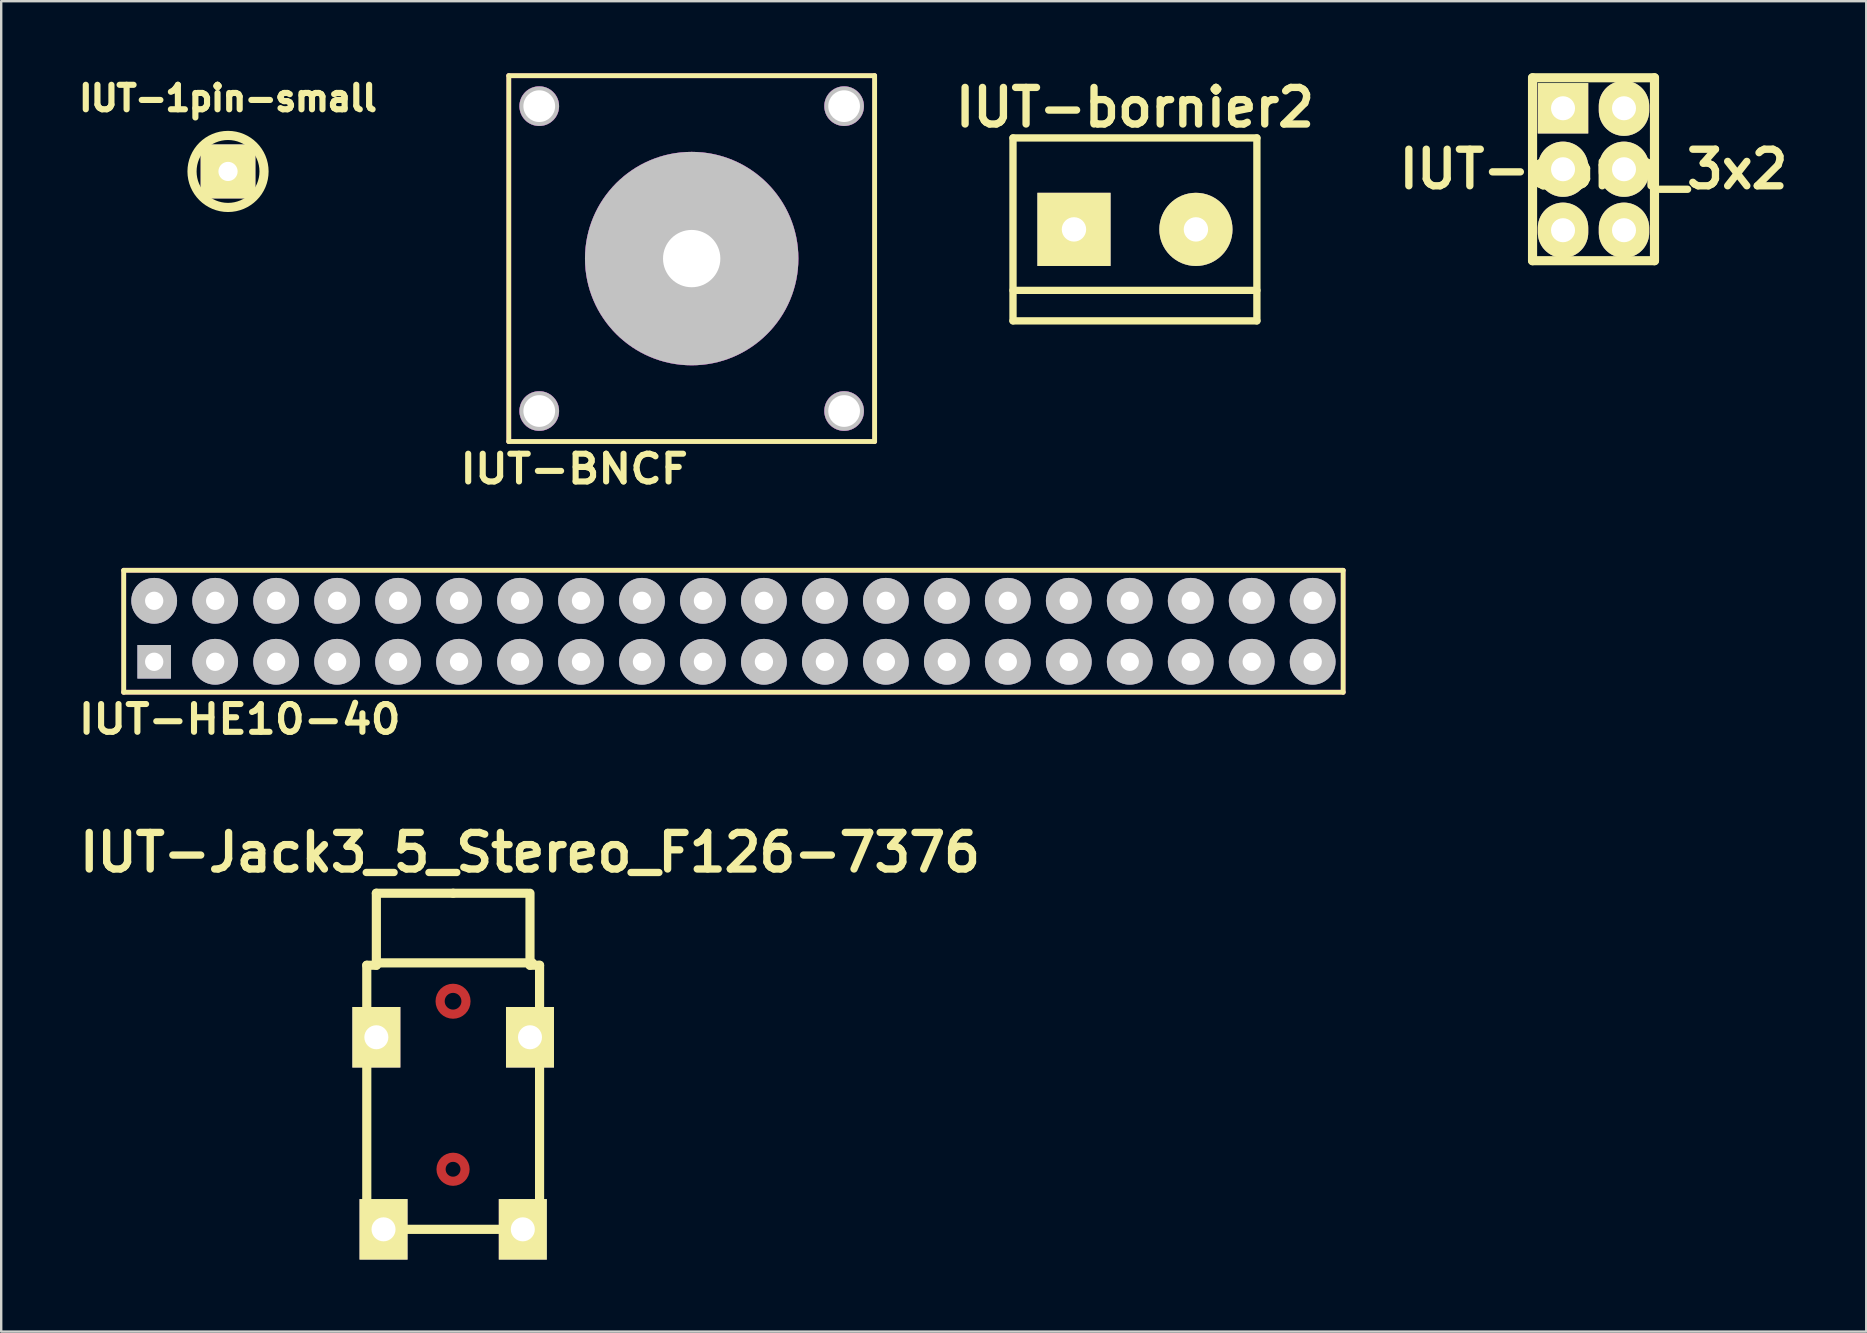
<source format=kicad_pcb>
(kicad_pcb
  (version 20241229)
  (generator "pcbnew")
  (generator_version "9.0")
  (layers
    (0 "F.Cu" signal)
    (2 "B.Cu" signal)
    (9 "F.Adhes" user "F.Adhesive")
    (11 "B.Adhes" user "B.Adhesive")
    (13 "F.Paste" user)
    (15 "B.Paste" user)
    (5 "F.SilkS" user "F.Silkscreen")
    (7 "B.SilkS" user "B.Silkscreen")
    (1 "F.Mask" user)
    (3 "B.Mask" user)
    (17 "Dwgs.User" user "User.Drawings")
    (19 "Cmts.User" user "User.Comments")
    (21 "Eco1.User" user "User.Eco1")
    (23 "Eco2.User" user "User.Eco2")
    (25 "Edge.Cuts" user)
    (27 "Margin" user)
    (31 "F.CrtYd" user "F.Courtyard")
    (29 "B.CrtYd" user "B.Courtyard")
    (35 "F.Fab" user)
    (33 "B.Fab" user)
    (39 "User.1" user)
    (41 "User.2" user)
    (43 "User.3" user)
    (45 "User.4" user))
  (footprint "IUT-BNCF"
    (layer "F.Cu")
    (at 19.414 1.372)
    (property "Reference" "IUT-BNCF" (at 1.455 15.113 0) (layer "F.SilkS") (effects (font (size 1.156 1.27) (thickness 0.254))))
    (attr through_hole)
    (fp_line (start -1.27 -1.27) (end 13.97 -1.27) (stroke (width 0.203) (type solid)) (layer "F.SilkS"))
    (fp_line (start -1.27 13.97) (end -1.27 -1.27) (stroke (width 0.203) (type solid)) (layer "F.SilkS"))
    (fp_line (start 13.97 -1.27) (end 13.97 13.97) (stroke (width 0.203) (type solid)) (layer "F.SilkS"))
    (fp_line (start 13.97 13.97) (end -1.27 13.97) (stroke (width 0.203) (type solid)) (layer "F.SilkS"))
    (fp_line (start -1.27 -1.27) (end 13.97 -1.27) (stroke (width 0.203) (type solid)) (layer "F.Adhes"))
    (fp_line (start -1.27 13.97) (end -1.27 -1.27) (stroke (width 0.203) (type solid)) (layer "F.Adhes"))
    (fp_line (start 13.97 -1.27) (end 13.97 13.97) (stroke (width 0.203) (type solid)) (layer "F.Adhes"))
    (fp_line (start 13.97 13.97) (end -1.27 13.97) (stroke (width 0.203) (type solid)) (layer "F.Adhes"))
    (pad "1" thru_hole circle (at 6.35 6.35) (size 8.89 8.89) (drill 2.388) (layers "*.Cu" "*.Adhes" "*.Mask" "Dwgs.User" "Eco1.User" "Eco2.User"))
    (pad "2" thru_hole circle (at 0 0) (size 1.651 1.651) (drill 1.321) (layers "*.Cu" "*.Adhes" "*.Mask" "Dwgs.User" "Eco1.User" "Eco2.User"))
    (pad "4" thru_hole circle (at 12.7 0) (size 1.651 1.651) (drill 1.321) (layers "*.Cu" "*.Adhes" "*.Mask" "Dwgs.User" "Eco1.User" "Eco2.User"))
    (pad "5" thru_hole circle (at 0 12.7) (size 1.651 1.651) (drill 1.321) (layers "*.Cu" "*.Adhes" "*.Mask" "Dwgs.User" "Eco1.User" "Eco2.User"))
    (pad "6" thru_hole circle (at 12.7 12.7) (size 1.651 1.651) (drill 1.321) (layers "*.Cu" "*.Adhes" "*.Mask" "Dwgs.User" "Eco1.User" "Eco2.User")))
  (footprint "IUT-HE10-40"
    (layer "F.Cu")
    (at 8.453 24.518)
    (property "Reference" "IUT-HE10-40" (at -1.516 2.395 0) (layer "F.SilkS") (effects (font (size 1.156 1.27) (thickness 0.254))))
    (attr through_hole)
    (fp_line (start -6.35 -3.81) (end 44.45 -3.81) (stroke (width 0.203) (type solid)) (layer "F.SilkS"))
    (fp_line (start -6.35 1.27) (end -6.35 -3.81) (stroke (width 0.203) (type solid)) (layer "F.SilkS"))
    (fp_line (start 44.45 -3.81) (end 44.45 1.27) (stroke (width 0.203) (type solid)) (layer "F.SilkS"))
    (fp_line (start 44.45 1.27) (end -6.35 1.27) (stroke (width 0.203) (type solid)) (layer "F.SilkS"))
    (fp_line (start -6.35 -3.81) (end 44.45 -3.81) (stroke (width 0.203) (type solid)) (layer "F.Adhes"))
    (fp_line (start -6.35 1.27) (end -6.35 -3.81) (stroke (width 0.203) (type solid)) (layer "F.Adhes"))
    (fp_line (start 44.45 -3.81) (end 44.45 1.27) (stroke (width 0.203) (type solid)) (layer "F.Adhes"))
    (fp_line (start 44.45 1.27) (end -6.35 1.27) (stroke (width 0.203) (type solid)) (layer "F.Adhes"))
    (pad "1" thru_hole rect (at -5.08 0) (size 1.397 1.397) (drill 0.762) (layers "B.Cu" "B.Mask" "B.Adhes" "Dwgs.User" "Eco1.User" "Eco2.User"))
    (pad "2" thru_hole circle (at -2.54 0) (size 1.905 1.905) (drill 0.762) (layers "B.Cu" "B.Mask" "B.Adhes" "Dwgs.User" "Eco1.User" "Eco2.User"))
    (pad "3" thru_hole circle (at 0 0) (size 1.905 1.905) (drill 0.762) (layers "B.Cu" "B.Mask" "B.Adhes" "Dwgs.User" "Eco1.User" "Eco2.User"))
    (pad "4" thru_hole circle (at 2.54 0) (size 1.905 1.905) (drill 0.762) (layers "B.Cu" "B.Mask" "B.Adhes" "Dwgs.User" "Eco1.User" "Eco2.User"))
    (pad "5" thru_hole circle (at 5.08 0) (size 1.905 1.905) (drill 0.762) (layers "B.Cu" "B.Mask" "B.Adhes" "Dwgs.User" "Eco1.User" "Eco2.User"))
    (pad "6" thru_hole circle (at 7.62 0) (size 1.905 1.905) (drill 0.762) (layers "B.Cu" "B.Mask" "B.Adhes" "Dwgs.User" "Eco1.User" "Eco2.User"))
    (pad "7" thru_hole circle (at 10.16 0) (size 1.905 1.905) (drill 0.762) (layers "B.Cu" "B.Mask" "B.Adhes" "Dwgs.User" "Eco1.User" "Eco2.User"))
    (pad "8" thru_hole circle (at 12.7 0) (size 1.905 1.905) (drill 0.762) (layers "B.Cu" "B.Mask" "B.Adhes" "Dwgs.User" "Eco1.User" "Eco2.User"))
    (pad "9" thru_hole circle (at 15.24 0) (size 1.905 1.905) (drill 0.762) (layers "B.Cu" "B.Mask" "B.Adhes" "Dwgs.User" "Eco1.User" "Eco2.User"))
    (pad "10" thru_hole circle (at 17.78 0) (size 1.905 1.905) (drill 0.762) (layers "B.Cu" "B.Mask" "B.Adhes" "Dwgs.User" "Eco1.User" "Eco2.User"))
    (pad "11" thru_hole circle (at 20.32 0) (size 1.905 1.905) (drill 0.762) (layers "B.Cu" "B.Mask" "B.Adhes" "Dwgs.User" "Eco1.User" "Eco2.User"))
    (pad "12" thru_hole circle (at 22.86 0) (size 1.905 1.905) (drill 0.762) (layers "B.Cu" "B.Mask" "B.Adhes" "Dwgs.User" "Eco1.User" "Eco2.User"))
    (pad "13" thru_hole circle (at 25.4 0) (size 1.905 1.905) (drill 0.762) (layers "B.Cu" "B.Mask" "B.Adhes" "Dwgs.User" "Eco1.User" "Eco2.User"))
    (pad "14" thru_hole circle (at 27.94 0) (size 1.905 1.905) (drill 0.762) (layers "B.Cu" "B.Mask" "B.Adhes" "Dwgs.User" "Eco1.User" "Eco2.User"))
    (pad "15" thru_hole circle (at 30.48 0) (size 1.905 1.905) (drill 0.762) (layers "B.Cu" "B.Mask" "B.Adhes" "Dwgs.User" "Eco1.User" "Eco2.User"))
    (pad "16" thru_hole circle (at 33.02 0) (size 1.905 1.905) (drill 0.762) (layers "B.Cu" "B.Mask" "B.Adhes" "Dwgs.User" "Eco1.User" "Eco2.User"))
    (pad "17" thru_hole circle (at 35.56 0) (size 1.905 1.905) (drill 0.762) (layers "B.Cu" "B.Mask" "B.Adhes" "Dwgs.User" "Eco1.User" "Eco2.User"))
    (pad "18" thru_hole circle (at 38.1 0) (size 1.905 1.905) (drill 0.762) (layers "B.Cu" "B.Mask" "B.Adhes" "Dwgs.User" "Eco1.User" "Eco2.User"))
    (pad "19" thru_hole circle (at 40.64 0) (size 1.905 1.905) (drill 0.762) (layers "B.Cu" "B.Mask" "B.Adhes" "Dwgs.User" "Eco1.User" "Eco2.User"))
    (pad "20" thru_hole circle (at 43.18 0) (size 1.905 1.905) (drill 0.762) (layers "B.Cu" "B.Mask" "B.Adhes" "Dwgs.User" "Eco1.User" "Eco2.User"))
    (pad "21" thru_hole circle (at 43.18 -2.54) (size 1.905 1.905) (drill 0.762) (layers "B.Cu" "B.Mask" "B.Adhes" "Dwgs.User" "Eco1.User" "Eco2.User"))
    (pad "22" thru_hole circle (at 40.64 -2.54) (size 1.905 1.905) (drill 0.762) (layers "B.Cu" "B.Mask" "B.Adhes" "Dwgs.User" "Eco1.User" "Eco2.User"))
    (pad "23" thru_hole circle (at 38.1 -2.54) (size 1.905 1.905) (drill 0.762) (layers "B.Cu" "B.Mask" "B.Adhes" "Dwgs.User" "Eco1.User" "Eco2.User"))
    (pad "24" thru_hole circle (at 35.56 -2.54) (size 1.905 1.905) (drill 0.762) (layers "B.Cu" "B.Mask" "B.Adhes" "Dwgs.User" "Eco1.User" "Eco2.User"))
    (pad "25" thru_hole circle (at 33.02 -2.54) (size 1.905 1.905) (drill 0.762) (layers "B.Cu" "B.Mask" "B.Adhes" "Dwgs.User" "Eco1.User" "Eco2.User"))
    (pad "26" thru_hole circle (at 30.48 -2.54) (size 1.905 1.905) (drill 0.762) (layers "B.Cu" "B.Mask" "B.Adhes" "Dwgs.User" "Eco1.User" "Eco2.User"))
    (pad "27" thru_hole circle (at 27.94 -2.54) (size 1.905 1.905) (drill 0.762) (layers "B.Cu" "B.Mask" "B.Adhes" "Dwgs.User" "Eco1.User" "Eco2.User"))
    (pad "28" thru_hole circle (at 25.4 -2.54) (size 1.905 1.905) (drill 0.762) (layers "B.Cu" "B.Mask" "B.Adhes" "Dwgs.User" "Eco1.User" "Eco2.User"))
    (pad "29" thru_hole circle (at 22.86 -2.54) (size 1.905 1.905) (drill 0.762) (layers "B.Cu" "B.Mask" "B.Adhes" "Dwgs.User" "Eco1.User" "Eco2.User"))
    (pad "30" thru_hole circle (at 20.32 -2.54) (size 1.905 1.905) (drill 0.762) (layers "B.Cu" "B.Mask" "B.Adhes" "Dwgs.User" "Eco1.User" "Eco2.User"))
    (pad "31" thru_hole circle (at 17.78 -2.54) (size 1.905 1.905) (drill 0.762) (layers "B.Cu" "B.Mask" "B.Adhes" "Dwgs.User" "Eco1.User" "Eco2.User"))
    (pad "32" thru_hole circle (at 15.24 -2.54) (size 1.905 1.905) (drill 0.762) (layers "B.Cu" "B.Mask" "B.Adhes" "Dwgs.User" "Eco1.User" "Eco2.User"))
    (pad "33" thru_hole circle (at 12.7 -2.54) (size 1.905 1.905) (drill 0.762) (layers "B.Cu" "B.Mask" "B.Adhes" "Dwgs.User" "Eco1.User" "Eco2.User"))
    (pad "34" thru_hole circle (at 10.16 -2.54) (size 1.905 1.905) (drill 0.762) (layers "B.Cu" "B.Mask" "B.Adhes" "Dwgs.User" "Eco1.User" "Eco2.User"))
    (pad "35" thru_hole circle (at 7.62 -2.54) (size 1.905 1.905) (drill 0.762) (layers "B.Cu" "B.Mask" "B.Adhes" "Dwgs.User" "Eco1.User" "Eco2.User"))
    (pad "36" thru_hole circle (at 5.08 -2.54) (size 1.905 1.905) (drill 0.762) (layers "B.Cu" "B.Mask" "B.Adhes" "Dwgs.User" "Eco1.User" "Eco2.User"))
    (pad "37" thru_hole circle (at 2.54 -2.54) (size 1.905 1.905) (drill 0.762) (layers "B.Cu" "B.Mask" "B.Adhes" "Dwgs.User" "Eco1.User" "Eco2.User"))
    (pad "38" thru_hole circle (at 0 -2.54) (size 1.905 1.905) (drill 0.762) (layers "B.Cu" "B.Mask" "B.Adhes" "Dwgs.User" "Eco1.User" "Eco2.User"))
    (pad "39" thru_hole circle (at -2.54 -2.54) (size 1.905 1.905) (drill 0.762) (layers "B.Cu" "B.Mask" "B.Adhes" "Dwgs.User" "Eco1.User" "Eco2.User"))
    (pad "40" thru_hole circle (at -5.08 -2.54) (size 1.905 1.905) (drill 0.762) (layers "B.Cu" "B.Mask" "B.Adhes" "Dwgs.User" "Eco1.User" "Eco2.User")))
  (footprint "IUT-Jack3_5_Stereo_F126-7376"
    (layer "F.Cu")
    (at 15.828 40.16)
    (property "Reference" "IUT-Jack3_5_Stereo_F126-7376" (at 3.2 -7.699 0) (layer "F.SilkS") (effects (font (size 1.524 1.524) (thickness 0.305))))
    (attr through_hole)
    (fp_circle (center -0.005 -1.501) (end 0.196 -1.001) (stroke (width 0.381) (type solid)) (fill no) (layer "F.Cu"))
    (fp_circle (center -0.005 5.499) (end 0.495 5.499) (stroke (width 0.381) (type solid)) (fill no) (layer "F.Cu"))
    (fp_line (start -3.599 -3) (end -3.2 -3) (stroke (width 0.381) (type solid)) (layer "F.SilkS"))
    (fp_line (start -3.599 0) (end -3.599 -3) (stroke (width 0.381) (type solid)) (layer "F.SilkS"))
    (fp_line (start -3.599 8.001) (end -3.599 0) (stroke (width 0.381) (type solid)) (layer "F.SilkS"))
    (fp_line (start -3.2 -6) (end 0 -6) (stroke (width 0.381) (type solid)) (layer "F.SilkS"))
    (fp_line (start -3.2 -3.099) (end 3.3 -3.099) (stroke (width 0.381) (type solid)) (layer "F.SilkS"))
    (fp_line (start -3.2 -3) (end -3.2 -6) (stroke (width 0.381) (type solid)) (layer "F.SilkS"))
    (fp_line (start 0 -6) (end 3.099 -6) (stroke (width 0.381) (type solid)) (layer "F.SilkS"))
    (fp_line (start 3.2 -6) (end 3.2 -3) (stroke (width 0.381) (type solid)) (layer "F.SilkS"))
    (fp_line (start 3.2 -3) (end 3.599 -3) (stroke (width 0.381) (type solid)) (layer "F.SilkS"))
    (fp_line (start 3.599 -3) (end 3.599 0) (stroke (width 0.381) (type solid)) (layer "F.SilkS"))
    (fp_line (start 3.599 0) (end 3.599 8.001) (stroke (width 0.381) (type solid)) (layer "F.SilkS"))
    (fp_line (start 3.599 8.001) (end -3.599 8.001) (stroke (width 0.381) (type solid)) (layer "F.SilkS"))
    (pad "1" thru_hole rect (at -2.901 8.001) (size 1.999 2.522) (drill 1.001) (layers "*.Mask" "B.Cu" "F.SilkS"))
    (pad "2" thru_hole rect (at -3.2 0) (size 1.999 2.522) (drill 1.001) (layers "*.Mask" "B.Cu" "F.SilkS"))
    (pad "2" thru_hole rect (at 3.2 0) (size 1.999 2.522) (drill 1.001) (layers "*.Mask" "B.Cu" "F.SilkS"))
    (pad "3" thru_hole rect (at 2.901 8.001) (size 1.999 2.522) (drill 1.001) (layers "*.Mask" "B.Cu" "F.SilkS")))
  (footprint "IUT-conn_3x2"
    (layer "F.Cu")
    (at 63.332 4)
    (property "Reference" "IUT-conn_3x2" (at 0 0 0) (layer "F.SilkS") (effects (font (size 1.524 1.524) (thickness 0.305))))
    (attr through_hole)
    (fp_line (start -2.54 -3.81) (end 2.54 -3.81) (stroke (width 0.381) (type solid)) (layer "F.SilkS"))
    (fp_line (start -2.54 3.81) (end -2.54 -3.81) (stroke (width 0.381) (type solid)) (layer "F.SilkS"))
    (fp_line (start 2.54 -3.81) (end 2.54 3.81) (stroke (width 0.381) (type solid)) (layer "F.SilkS"))
    (fp_line (start 2.54 3.81) (end -2.54 3.81) (stroke (width 0.381) (type solid)) (layer "F.SilkS"))
    (pad "1" thru_hole rect (at -1.27 -2.54) (size 2.1 2.1) (drill 1.001) (layers "B.Cu" "B.Mask" "F.SilkS"))
    (pad "2" thru_hole oval (at 1.27 -2.54) (size 2.1 2.3) (drill 1.001) (layers "B.Cu" "B.Mask" "F.SilkS"))
    (pad "3" thru_hole oval (at -1.27 0) (size 2.1 2.3) (drill 1.001) (layers "B.Cu" "B.Mask" "F.SilkS"))
    (pad "4" thru_hole oval (at 1.27 0) (size 2.1 2.3) (drill 1.001) (layers "B.Cu" "B.Mask" "F.SilkS"))
    (pad "5" thru_hole oval (at -1.27 2.54) (size 2.1 2.3) (drill 1.001) (layers "B.Cu" "B.Mask" "F.SilkS"))
    (pad "6" thru_hole oval (at 1.27 2.54) (size 2.1 2.3) (drill 1.001) (layers "B.Cu" "B.Mask" "F.SilkS")))
  (footprint "IUT-bornier2"
    (layer "F.Cu")
    (at 44.229 6.506)
    (property "Reference" "IUT-bornier2" (at 0 -5.08 0) (layer "F.SilkS") (effects (font (size 1.524 1.524) (thickness 0.305))))
    (attr through_hole)
    (fp_line (start -5.08 -3.81) (end -5.08 3.81) (stroke (width 0.305) (type solid)) (layer "F.SilkS"))
    (fp_line (start -5.08 3.81) (end 5.08 3.81) (stroke (width 0.305) (type solid)) (layer "F.SilkS"))
    (fp_line (start 5.08 -3.81) (end -5.08 -3.81) (stroke (width 0.305) (type solid)) (layer "F.SilkS"))
    (fp_line (start 5.08 2.54) (end -5.08 2.54) (stroke (width 0.305) (type solid)) (layer "F.SilkS"))
    (fp_line (start 5.08 3.81) (end 5.08 -3.81) (stroke (width 0.305) (type solid)) (layer "F.SilkS"))
    (pad "1" thru_hole rect (at -2.54 0) (size 3.048 3.048) (drill 1.016) (layers "*.Mask" "B.Cu" "F.SilkS"))
    (pad "2" thru_hole circle (at 2.54 0) (size 3.048 3.048) (drill 1.016) (layers "*.Mask" "B.Cu" "F.SilkS")))
  (footprint "IUT-1pin-small"
    (layer "F.Cu")
    (at 6.449 4.092)
    (property "Reference" "IUT-1pin-small" (at 0 -3.048 0) (layer "F.SilkS") (effects (font (size 1.02 1.02) (thickness 0.26))))
    (attr through_hole)
    (fp_circle (center 0 0) (end 0 -1.5) (stroke (width 0.381) (type solid)) (fill no) (layer "F.SilkS"))
    (pad "1" thru_hole rect (at 0 0) (size 2.28 2.25) (drill 0.8) (layers "*.Cu" "*.Mask" "F.SilkS")))
  (gr_rect
    (start -3 -3)
    (end 74.693 52.422)
    (stroke (width 0.1) (type default))
    (fill no)
    (layer "Edge.Cuts")))
</source>
